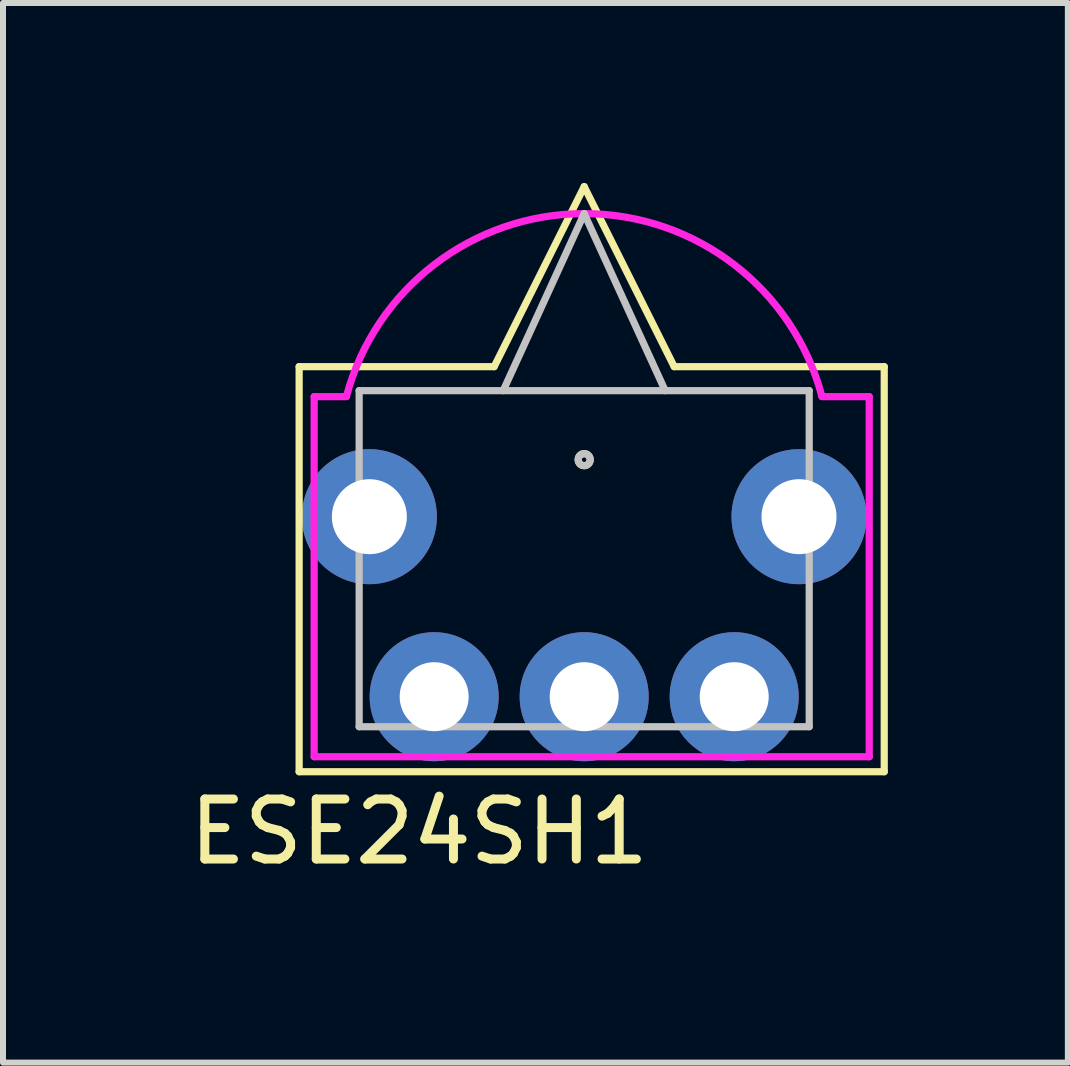
<source format=kicad_pcb>
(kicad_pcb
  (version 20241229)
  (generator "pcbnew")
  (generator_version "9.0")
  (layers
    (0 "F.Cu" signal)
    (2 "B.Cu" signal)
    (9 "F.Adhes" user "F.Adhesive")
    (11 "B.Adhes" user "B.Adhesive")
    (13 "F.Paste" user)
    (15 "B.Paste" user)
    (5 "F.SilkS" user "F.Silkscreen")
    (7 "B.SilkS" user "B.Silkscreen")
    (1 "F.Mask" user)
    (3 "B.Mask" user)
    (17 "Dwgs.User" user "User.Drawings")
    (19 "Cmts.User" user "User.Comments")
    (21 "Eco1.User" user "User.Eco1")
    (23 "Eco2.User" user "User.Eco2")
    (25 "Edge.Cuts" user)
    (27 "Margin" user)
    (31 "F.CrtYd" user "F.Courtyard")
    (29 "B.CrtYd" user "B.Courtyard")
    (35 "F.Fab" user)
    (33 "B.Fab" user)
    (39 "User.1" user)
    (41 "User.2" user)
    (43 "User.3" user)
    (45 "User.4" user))
  (footprint "ESE24SH1"
    (layer "F.Cu")
    (at 6.685 8.56)
    (property "Reference" "ESE24SH1" (at -2.75 2.25 0) (layer "F.SilkS") (effects (font (size 1 1) (thickness 0.15))))
    (attr through_hole)
    (fp_line (start -4.75 -5.5) (end -4.75 1.25) (stroke (width 0.12) (type solid)) (layer "F.SilkS"))
    (fp_line (start -4.75 1.25) (end 5 1.25) (stroke (width 0.12) (type solid)) (layer "F.SilkS"))
    (fp_line (start -1.5 -5.5) (end -4.75 -5.5) (stroke (width 0.12) (type solid)) (layer "F.SilkS"))
    (fp_line (start 0 -8.5) (end -1.5 -5.5) (stroke (width 0.12) (type solid)) (layer "F.SilkS"))
    (fp_line (start 1.5 -5.5) (end 0 -8.5) (stroke (width 0.12) (type solid)) (layer "F.SilkS"))
    (fp_line (start 5 -5.5) (end 1.5 -5.5) (stroke (width 0.12) (type solid)) (layer "F.SilkS"))
    (fp_line (start 5 1.25) (end 5 -5.5) (stroke (width 0.12) (type solid)) (layer "F.SilkS"))
    (fp_circle (center 0 -3.95) (end 0.1 -3.95) (stroke (width 0.12) (type solid)) (fill no) (layer "F.SilkS"))
    (fp_line (start -3.75 0.5) (end -3.75 -5.1) (stroke (width 0.12) (type solid)) (layer "Dwgs.User"))
    (fp_line (start -3.75 0.5) (end 3.75 0.5) (stroke (width 0.12) (type solid)) (layer "Dwgs.User"))
    (fp_line (start 0 -8.05) (end -1.35 -5.1) (stroke (width 0.12) (type solid)) (layer "Dwgs.User"))
    (fp_line (start 0 -8.05) (end 1.35 -5.1) (stroke (width 0.12) (type solid)) (layer "Dwgs.User"))
    (fp_line (start 3.75 -5.1) (end -3.75 -5.1) (stroke (width 0.12) (type solid)) (layer "Dwgs.User"))
    (fp_line (start 3.75 0.5) (end 3.75 -5.1) (stroke (width 0.12) (type solid)) (layer "Dwgs.User"))
    (fp_circle (center 0 -3.95) (end 0.1 -3.95) (stroke (width 0.12) (type solid)) (fill no) (layer "Dwgs.User"))
    (fp_line (start -4.5 -5) (end -3.961 -5) (stroke (width 0.12) (type solid)) (layer "F.CrtYd"))
    (fp_line (start -4.5 1) (end -4.5 -5) (stroke (width 0.12) (type solid)) (layer "F.CrtYd"))
    (fp_line (start 3.961 -5) (end 4.75 -5) (stroke (width 0.12) (type solid)) (layer "F.CrtYd"))
    (fp_line (start 4.75 -5) (end 4.75 1) (stroke (width 0.12) (type solid)) (layer "F.CrtYd"))
    (fp_line (start 4.75 1) (end -4.5 1) (stroke (width 0.12) (type solid)) (layer "F.CrtYd"))
    (fp_arc (start -3.961112 -5.008108) (mid -2.497174 -7.201787) (end 0 -8.05) (stroke (width 0.12) (type solid)) (layer "F.CrtYd"))
    (fp_arc (start 0 -8.05) (mid 2.497174 -7.201787) (end 3.961112 -5.008108) (stroke (width 0.12) (type solid)) (layer "F.CrtYd"))
    (pad "" thru_hole circle (at -3.58 -3) (size 2.25 2.25) (drill 1.25) (layers "*.Cu" "*.Mask"))
    (pad "" thru_hole circle (at 3.58 -3) (size 2.25 2.25) (drill 1.25) (layers "*.Cu" "*.Mask"))
    (pad "1" thru_hole circle (at -2.5 0) (size 2.15 2.15) (drill 1.15) (layers "*.Cu" "*.Mask"))
    (pad "2" thru_hole circle (at 0 0) (size 2.15 2.15) (drill 1.15) (layers "*.Cu" "*.Mask"))
    (pad "3" thru_hole circle (at 2.5 0) (size 2.15 2.15) (drill 1.15) (layers "*.Cu" "*.Mask")))
  (gr_rect
    (start -3 -3)
    (end 14.745 14.658)
    (stroke (width 0.1) (type default))
    (fill no)
    (layer "Edge.Cuts")))
</source>
